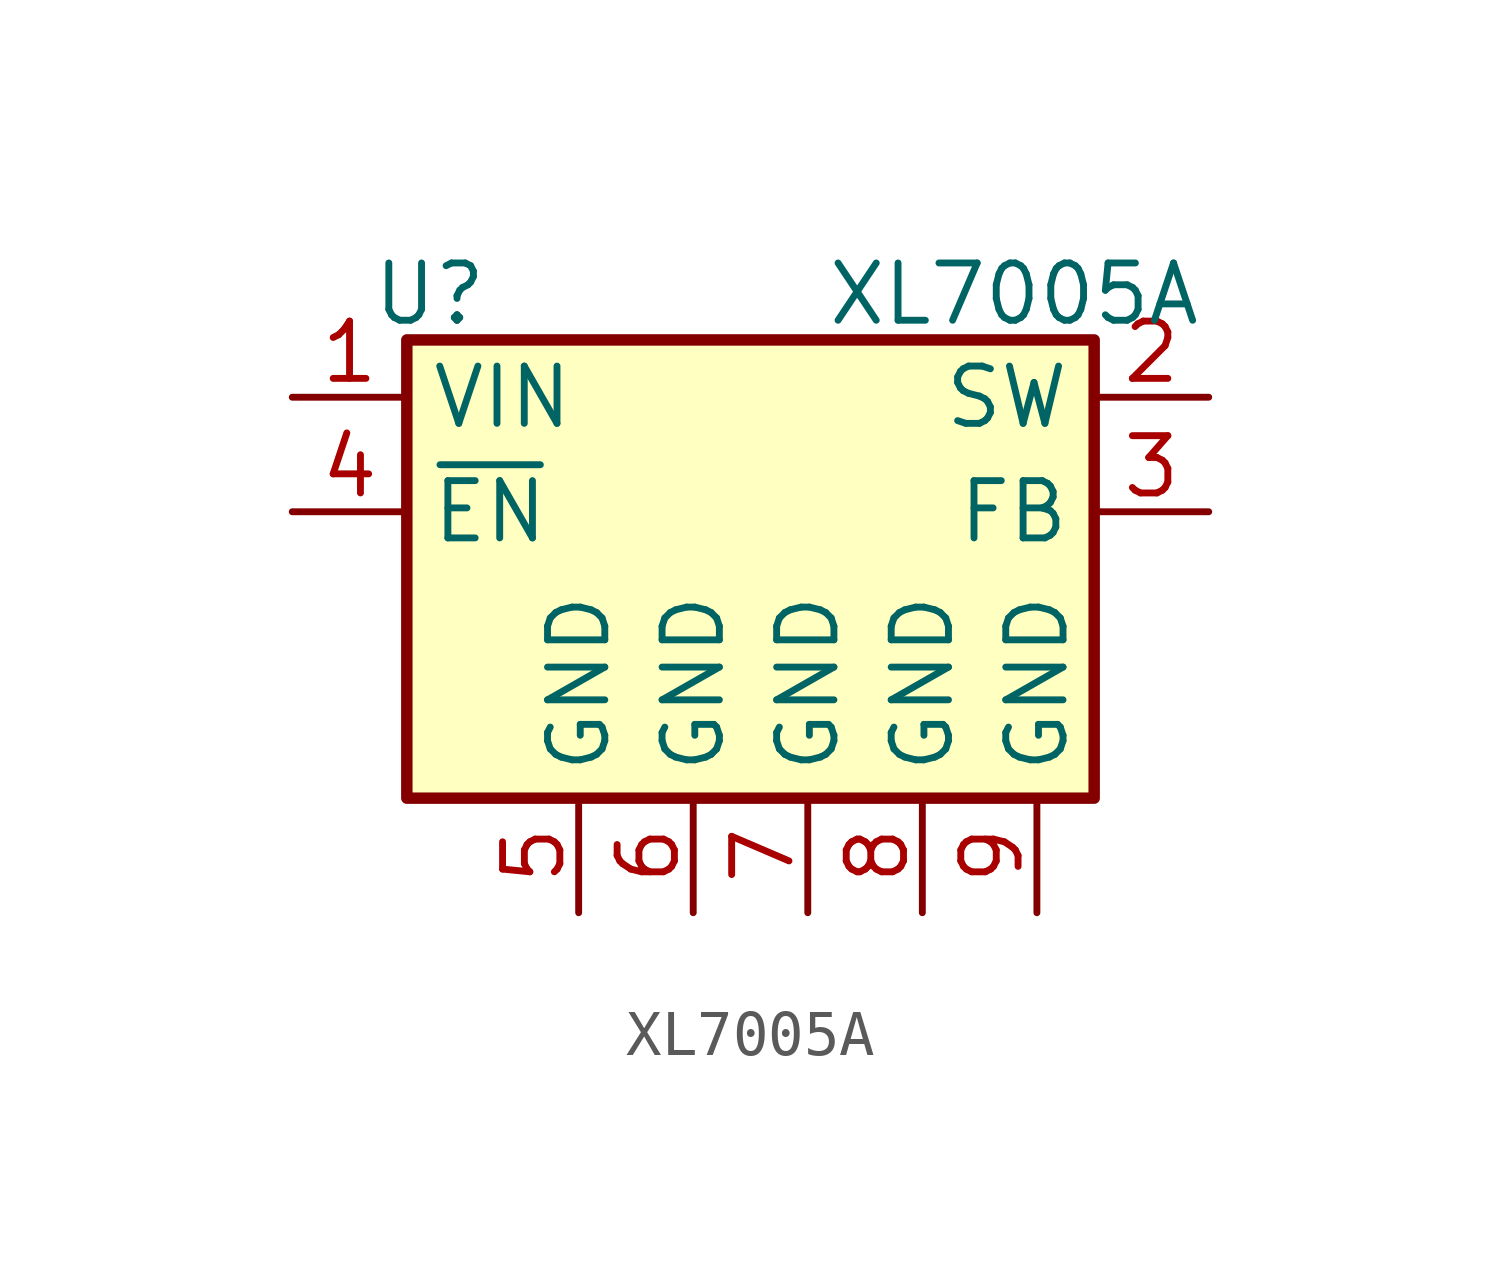
<source format=kicad_sym>
(kicad_symbol_lib
  (version 20220914)
  (generator kicad_symbol_editor)
  (symbol "XL7005A"
    (property "Reference" "U"
      (at -7.112 6.096 0)
      (effects (font (size 1.27 1.27))))
    (property "Value" "XL7005A"
      (at 5.842 6.096 0)
      (effects (font (size 1.27 1.27))))
    (symbol "XL7005A_0_1"
      (rectangle (start -7.62 5.08) (end 7.62 -5.08) (stroke (width 0.254) (type default)) (fill (type background))))
    (symbol "XL7005A_1_0"
      (pin power_in line (at 6.35 -7.62 90) (length 2.54) (name "GND" (effects (font (size 1.27 1.27)))) (number "9" (effects (font (size 1.27 1.27))))))
    (symbol "XL7005A_1_1"
      (pin power_in line (at -10.16 3.81 0) (length 2.54) (name "VIN" (effects (font (size 1.27 1.27)))) (number "1" (effects (font (size 1.27 1.27)))))
      (pin power_out line (at 10.16 3.81 180) (length 2.54) (name "SW" (effects (font (size 1.27 1.27)))) (number "2" (effects (font (size 1.27 1.27)))))
      (pin input line (at 10.16 1.27 180) (length 2.54) (name "FB" (effects (font (size 1.27 1.27)))) (number "3" (effects (font (size 1.27 1.27)))))
      (pin input line (at -10.16 1.27 0) (length 2.54) (name "~{EN}" (effects (font (size 1.27 1.27)))) (number "4" (effects (font (size 1.27 1.27)))))
      (pin power_in line (at -3.81 -7.62 90) (length 2.54) (name "GND" (effects (font (size 1.27 1.27)))) (number "5" (effects (font (size 1.27 1.27)))))
      (pin power_in line (at -1.27 -7.62 90) (length 2.54) (name "GND" (effects (font (size 1.27 1.27)))) (number "6" (effects (font (size 1.27 1.27)))))
      (pin power_in line (at 1.27 -7.62 90) (length 2.54) (name "GND" (effects (font (size 1.27 1.27)))) (number "7" (effects (font (size 1.27 1.27)))))
      (pin power_in line (at 3.81 -7.62 90) (length 2.54) (name "GND" (effects (font (size 1.27 1.27)))) (number "8" (effects (font (size 1.27 1.27))))))))
</source>
